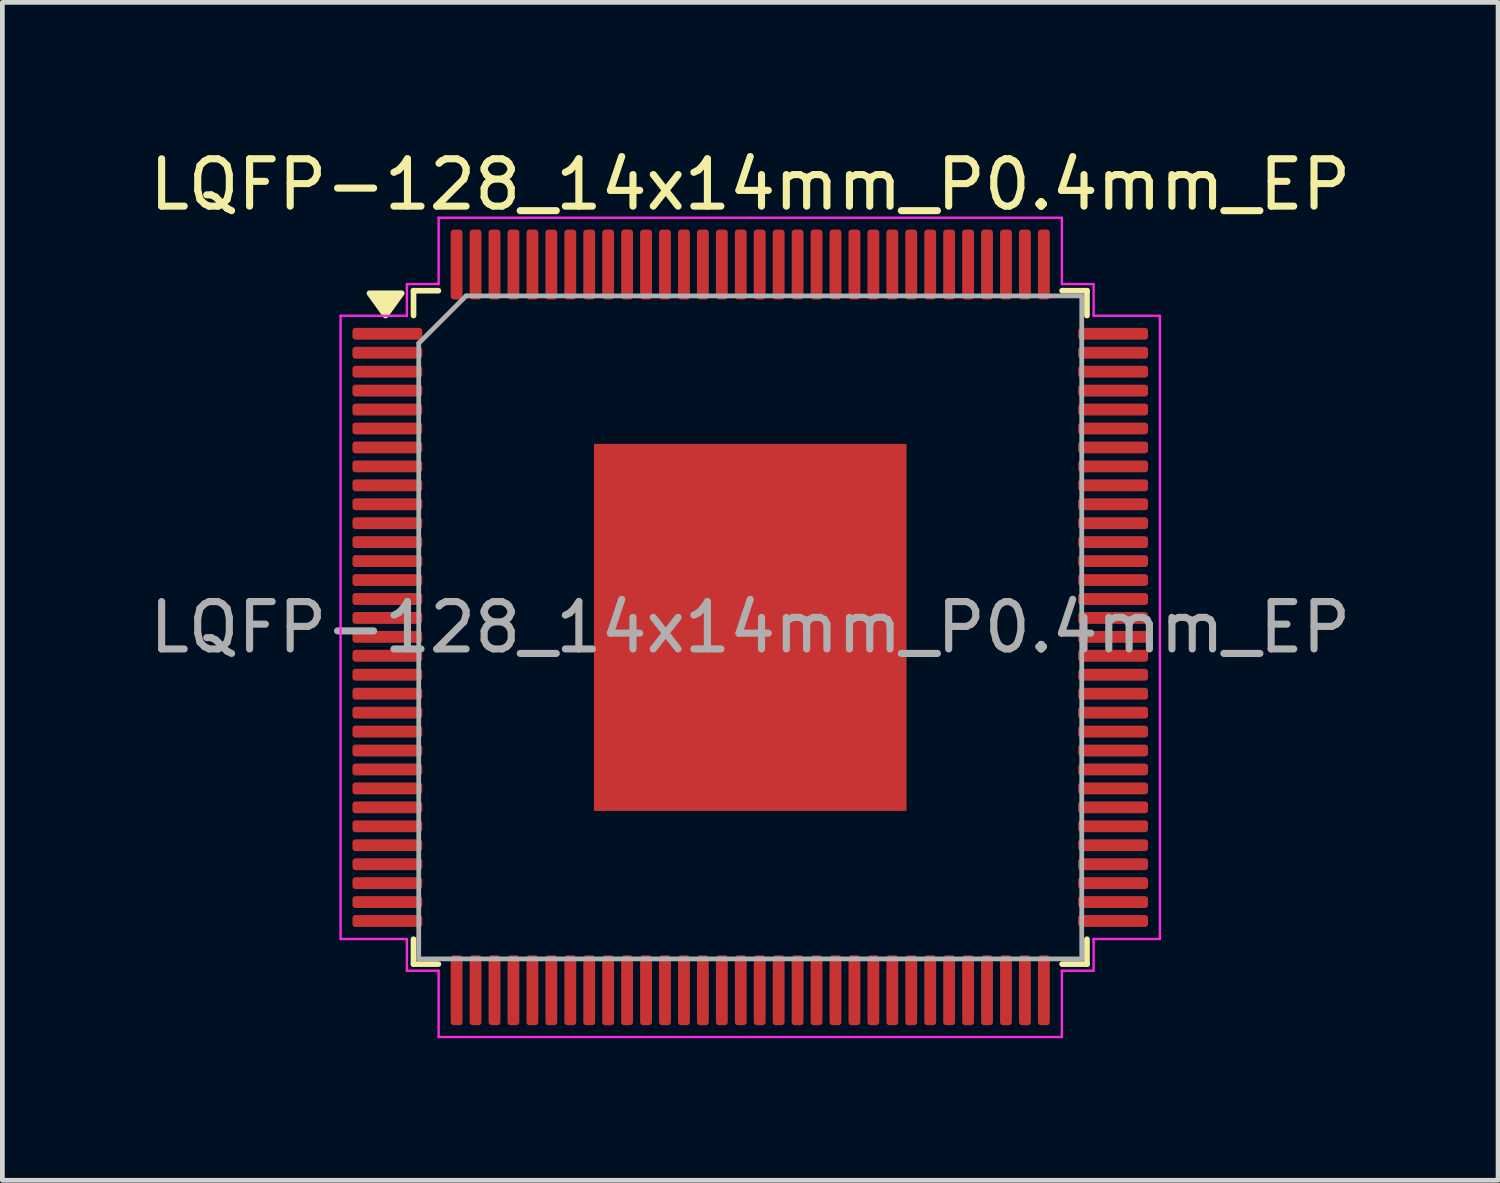
<source format=kicad_pcb>
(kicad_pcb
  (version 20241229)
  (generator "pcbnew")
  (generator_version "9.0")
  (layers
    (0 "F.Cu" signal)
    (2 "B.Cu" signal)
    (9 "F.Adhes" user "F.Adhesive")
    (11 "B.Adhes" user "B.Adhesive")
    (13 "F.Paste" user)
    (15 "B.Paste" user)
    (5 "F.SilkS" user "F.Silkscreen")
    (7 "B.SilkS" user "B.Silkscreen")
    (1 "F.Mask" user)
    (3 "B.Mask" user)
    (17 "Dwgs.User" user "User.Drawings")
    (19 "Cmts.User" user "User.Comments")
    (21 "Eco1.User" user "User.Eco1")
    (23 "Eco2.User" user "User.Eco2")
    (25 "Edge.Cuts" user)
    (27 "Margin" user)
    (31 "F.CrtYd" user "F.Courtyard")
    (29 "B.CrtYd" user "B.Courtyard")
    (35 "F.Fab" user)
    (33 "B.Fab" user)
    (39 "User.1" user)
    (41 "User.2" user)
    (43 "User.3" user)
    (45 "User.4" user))
  (footprint "LQFP-128_14x14mm_P0.4mm_EP"
    (layer "F.Cu")
    (at 12.792 10.198)
    (property "Reference" "LQFP-128_14x14mm_P0.4mm_EP" (at 0 -9.35 0) (layer "F.SilkS") (effects (font (size 1 1) (thickness 0.15))))
    (attr smd)
    (fp_line (start -7.11 -7.11) (end -7.11 -6.585) (stroke (width 0.12) (type solid)) (layer "F.SilkS"))
    (fp_line (start -7.11 7.11) (end -7.11 6.585) (stroke (width 0.12) (type solid)) (layer "F.SilkS"))
    (fp_line (start -6.585 -7.11) (end -7.11 -7.11) (stroke (width 0.12) (type solid)) (layer "F.SilkS"))
    (fp_line (start -6.585 7.11) (end -7.11 7.11) (stroke (width 0.12) (type solid)) (layer "F.SilkS"))
    (fp_line (start 6.585 -7.11) (end 7.11 -7.11) (stroke (width 0.12) (type solid)) (layer "F.SilkS"))
    (fp_line (start 6.585 7.11) (end 7.11 7.11) (stroke (width 0.12) (type solid)) (layer "F.SilkS"))
    (fp_line (start 7.11 -7.11) (end 7.11 -6.585) (stroke (width 0.12) (type solid)) (layer "F.SilkS"))
    (fp_line (start 7.11 7.11) (end 7.11 6.585) (stroke (width 0.12) (type solid)) (layer "F.SilkS"))
    (fp_poly (pts (xy -7.7 -6.585) (xy -8.04 -7.055) (xy -7.36 -7.055) (xy -7.7 -6.585)) (stroke (width 0.12) (type solid)) (fill yes) (layer "F.SilkS"))
    (fp_line (start -8.65 -6.58) (end -8.65 0) (stroke (width 0.05) (type solid)) (layer "F.CrtYd"))
    (fp_line (start -8.65 6.58) (end -8.65 0) (stroke (width 0.05) (type solid)) (layer "F.CrtYd"))
    (fp_line (start -7.25 -7.25) (end -7.25 -6.58) (stroke (width 0.05) (type solid)) (layer "F.CrtYd"))
    (fp_line (start -7.25 -6.58) (end -8.65 -6.58) (stroke (width 0.05) (type solid)) (layer "F.CrtYd"))
    (fp_line (start -7.25 6.58) (end -8.65 6.58) (stroke (width 0.05) (type solid)) (layer "F.CrtYd"))
    (fp_line (start -7.25 7.25) (end -7.25 6.58) (stroke (width 0.05) (type solid)) (layer "F.CrtYd"))
    (fp_line (start -6.58 -8.65) (end -6.58 -7.25) (stroke (width 0.05) (type solid)) (layer "F.CrtYd"))
    (fp_line (start -6.58 -7.25) (end -7.25 -7.25) (stroke (width 0.05) (type solid)) (layer "F.CrtYd"))
    (fp_line (start -6.58 7.25) (end -7.25 7.25) (stroke (width 0.05) (type solid)) (layer "F.CrtYd"))
    (fp_line (start -6.58 8.65) (end -6.58 7.25) (stroke (width 0.05) (type solid)) (layer "F.CrtYd"))
    (fp_line (start 0 -8.65) (end -6.58 -8.65) (stroke (width 0.05) (type solid)) (layer "F.CrtYd"))
    (fp_line (start 0 -8.65) (end 6.58 -8.65) (stroke (width 0.05) (type solid)) (layer "F.CrtYd"))
    (fp_line (start 0 8.65) (end -6.58 8.65) (stroke (width 0.05) (type solid)) (layer "F.CrtYd"))
    (fp_line (start 0 8.65) (end 6.58 8.65) (stroke (width 0.05) (type solid)) (layer "F.CrtYd"))
    (fp_line (start 6.58 -8.65) (end 6.58 -7.25) (stroke (width 0.05) (type solid)) (layer "F.CrtYd"))
    (fp_line (start 6.58 -7.25) (end 7.25 -7.25) (stroke (width 0.05) (type solid)) (layer "F.CrtYd"))
    (fp_line (start 6.58 7.25) (end 7.25 7.25) (stroke (width 0.05) (type solid)) (layer "F.CrtYd"))
    (fp_line (start 6.58 8.65) (end 6.58 7.25) (stroke (width 0.05) (type solid)) (layer "F.CrtYd"))
    (fp_line (start 7.25 -7.25) (end 7.25 -6.58) (stroke (width 0.05) (type solid)) (layer "F.CrtYd"))
    (fp_line (start 7.25 -6.58) (end 8.65 -6.58) (stroke (width 0.05) (type solid)) (layer "F.CrtYd"))
    (fp_line (start 7.25 6.58) (end 8.65 6.58) (stroke (width 0.05) (type solid)) (layer "F.CrtYd"))
    (fp_line (start 7.25 7.25) (end 7.25 6.58) (stroke (width 0.05) (type solid)) (layer "F.CrtYd"))
    (fp_line (start 8.65 -6.58) (end 8.65 0) (stroke (width 0.05) (type solid)) (layer "F.CrtYd"))
    (fp_line (start 8.65 6.58) (end 8.65 0) (stroke (width 0.05) (type solid)) (layer "F.CrtYd"))
    (fp_line (start -7 -6) (end -6 -7) (stroke (width 0.1) (type solid)) (layer "F.Fab"))
    (fp_line (start -7 7) (end -7 -6) (stroke (width 0.1) (type solid)) (layer "F.Fab"))
    (fp_line (start -6 -7) (end 7 -7) (stroke (width 0.1) (type solid)) (layer "F.Fab"))
    (fp_line (start 7 -7) (end 7 7) (stroke (width 0.1) (type solid)) (layer "F.Fab"))
    (fp_line (start 7 7) (end -7 7) (stroke (width 0.1) (type solid)) (layer "F.Fab"))
    (fp_text user "${REFERENCE}" (at 0 0 0) (layer "F.Fab") (effects (font (size 1 1) (thickness 0.15))))
    (pad "1" smd roundrect (at -7.662 -6.2) (size 1.475 0.25) (layers "F.Cu" "F.Mask" "F.Paste") (roundrect_rratio 0.25))
    (pad "2" smd roundrect (at -7.662 -5.8) (size 1.475 0.25) (layers "F.Cu" "F.Mask" "F.Paste") (roundrect_rratio 0.25))
    (pad "3" smd roundrect (at -7.662 -5.4) (size 1.475 0.25) (layers "F.Cu" "F.Mask" "F.Paste") (roundrect_rratio 0.25))
    (pad "4" smd roundrect (at -7.662 -5) (size 1.475 0.25) (layers "F.Cu" "F.Mask" "F.Paste") (roundrect_rratio 0.25))
    (pad "5" smd roundrect (at -7.662 -4.6) (size 1.475 0.25) (layers "F.Cu" "F.Mask" "F.Paste") (roundrect_rratio 0.25))
    (pad "6" smd roundrect (at -7.662 -4.2) (size 1.475 0.25) (layers "F.Cu" "F.Mask" "F.Paste") (roundrect_rratio 0.25))
    (pad "7" smd roundrect (at -7.662 -3.8) (size 1.475 0.25) (layers "F.Cu" "F.Mask" "F.Paste") (roundrect_rratio 0.25))
    (pad "8" smd roundrect (at -7.662 -3.4) (size 1.475 0.25) (layers "F.Cu" "F.Mask" "F.Paste") (roundrect_rratio 0.25))
    (pad "9" smd roundrect (at -7.662 -3) (size 1.475 0.25) (layers "F.Cu" "F.Mask" "F.Paste") (roundrect_rratio 0.25))
    (pad "10" smd roundrect (at -7.662 -2.6) (size 1.475 0.25) (layers "F.Cu" "F.Mask" "F.Paste") (roundrect_rratio 0.25))
    (pad "11" smd roundrect (at -7.662 -2.2) (size 1.475 0.25) (layers "F.Cu" "F.Mask" "F.Paste") (roundrect_rratio 0.25))
    (pad "12" smd roundrect (at -7.662 -1.8) (size 1.475 0.25) (layers "F.Cu" "F.Mask" "F.Paste") (roundrect_rratio 0.25))
    (pad "13" smd roundrect (at -7.662 -1.4) (size 1.475 0.25) (layers "F.Cu" "F.Mask" "F.Paste") (roundrect_rratio 0.25))
    (pad "14" smd roundrect (at -7.662 -1) (size 1.475 0.25) (layers "F.Cu" "F.Mask" "F.Paste") (roundrect_rratio 0.25))
    (pad "15" smd roundrect (at -7.662 -0.6) (size 1.475 0.25) (layers "F.Cu" "F.Mask" "F.Paste") (roundrect_rratio 0.25))
    (pad "16" smd roundrect (at -7.662 -0.2) (size 1.475 0.25) (layers "F.Cu" "F.Mask" "F.Paste") (roundrect_rratio 0.25))
    (pad "17" smd roundrect (at -7.662 0.2) (size 1.475 0.25) (layers "F.Cu" "F.Mask" "F.Paste") (roundrect_rratio 0.25))
    (pad "18" smd roundrect (at -7.662 0.6) (size 1.475 0.25) (layers "F.Cu" "F.Mask" "F.Paste") (roundrect_rratio 0.25))
    (pad "19" smd roundrect (at -7.662 1) (size 1.475 0.25) (layers "F.Cu" "F.Mask" "F.Paste") (roundrect_rratio 0.25))
    (pad "20" smd roundrect (at -7.662 1.4) (size 1.475 0.25) (layers "F.Cu" "F.Mask" "F.Paste") (roundrect_rratio 0.25))
    (pad "21" smd roundrect (at -7.662 1.8) (size 1.475 0.25) (layers "F.Cu" "F.Mask" "F.Paste") (roundrect_rratio 0.25))
    (pad "22" smd roundrect (at -7.662 2.2) (size 1.475 0.25) (layers "F.Cu" "F.Mask" "F.Paste") (roundrect_rratio 0.25))
    (pad "23" smd roundrect (at -7.662 2.6) (size 1.475 0.25) (layers "F.Cu" "F.Mask" "F.Paste") (roundrect_rratio 0.25))
    (pad "24" smd roundrect (at -7.662 3) (size 1.475 0.25) (layers "F.Cu" "F.Mask" "F.Paste") (roundrect_rratio 0.25))
    (pad "25" smd roundrect (at -7.662 3.4) (size 1.475 0.25) (layers "F.Cu" "F.Mask" "F.Paste") (roundrect_rratio 0.25))
    (pad "26" smd roundrect (at -7.662 3.8) (size 1.475 0.25) (layers "F.Cu" "F.Mask" "F.Paste") (roundrect_rratio 0.25))
    (pad "27" smd roundrect (at -7.662 4.2) (size 1.475 0.25) (layers "F.Cu" "F.Mask" "F.Paste") (roundrect_rratio 0.25))
    (pad "28" smd roundrect (at -7.662 4.6) (size 1.475 0.25) (layers "F.Cu" "F.Mask" "F.Paste") (roundrect_rratio 0.25))
    (pad "29" smd roundrect (at -7.662 5) (size 1.475 0.25) (layers "F.Cu" "F.Mask" "F.Paste") (roundrect_rratio 0.25))
    (pad "30" smd roundrect (at -7.662 5.4) (size 1.475 0.25) (layers "F.Cu" "F.Mask" "F.Paste") (roundrect_rratio 0.25))
    (pad "31" smd roundrect (at -7.662 5.8) (size 1.475 0.25) (layers "F.Cu" "F.Mask" "F.Paste") (roundrect_rratio 0.25))
    (pad "32" smd roundrect (at -7.662 6.2) (size 1.475 0.25) (layers "F.Cu" "F.Mask" "F.Paste") (roundrect_rratio 0.25))
    (pad "33" smd roundrect (at -6.2 7.662) (size 0.25 1.475) (layers "F.Cu" "F.Mask" "F.Paste") (roundrect_rratio 0.25))
    (pad "34" smd roundrect (at -5.8 7.662) (size 0.25 1.475) (layers "F.Cu" "F.Mask" "F.Paste") (roundrect_rratio 0.25))
    (pad "35" smd roundrect (at -5.4 7.662) (size 0.25 1.475) (layers "F.Cu" "F.Mask" "F.Paste") (roundrect_rratio 0.25))
    (pad "36" smd roundrect (at -5 7.662) (size 0.25 1.475) (layers "F.Cu" "F.Mask" "F.Paste") (roundrect_rratio 0.25))
    (pad "37" smd roundrect (at -4.6 7.662) (size 0.25 1.475) (layers "F.Cu" "F.Mask" "F.Paste") (roundrect_rratio 0.25))
    (pad "38" smd roundrect (at -4.2 7.662) (size 0.25 1.475) (layers "F.Cu" "F.Mask" "F.Paste") (roundrect_rratio 0.25))
    (pad "39" smd roundrect (at -3.8 7.662) (size 0.25 1.475) (layers "F.Cu" "F.Mask" "F.Paste") (roundrect_rratio 0.25))
    (pad "40" smd roundrect (at -3.4 7.662) (size 0.25 1.475) (layers "F.Cu" "F.Mask" "F.Paste") (roundrect_rratio 0.25))
    (pad "41" smd roundrect (at -3 7.662) (size 0.25 1.475) (layers "F.Cu" "F.Mask" "F.Paste") (roundrect_rratio 0.25))
    (pad "42" smd roundrect (at -2.6 7.662) (size 0.25 1.475) (layers "F.Cu" "F.Mask" "F.Paste") (roundrect_rratio 0.25))
    (pad "43" smd roundrect (at -2.2 7.662) (size 0.25 1.475) (layers "F.Cu" "F.Mask" "F.Paste") (roundrect_rratio 0.25))
    (pad "44" smd roundrect (at -1.8 7.662) (size 0.25 1.475) (layers "F.Cu" "F.Mask" "F.Paste") (roundrect_rratio 0.25))
    (pad "45" smd roundrect (at -1.4 7.662) (size 0.25 1.475) (layers "F.Cu" "F.Mask" "F.Paste") (roundrect_rratio 0.25))
    (pad "46" smd roundrect (at -1 7.662) (size 0.25 1.475) (layers "F.Cu" "F.Mask" "F.Paste") (roundrect_rratio 0.25))
    (pad "47" smd roundrect (at -0.6 7.662) (size 0.25 1.475) (layers "F.Cu" "F.Mask" "F.Paste") (roundrect_rratio 0.25))
    (pad "48" smd roundrect (at -0.2 7.662) (size 0.25 1.475) (layers "F.Cu" "F.Mask" "F.Paste") (roundrect_rratio 0.25))
    (pad "49" smd roundrect (at 0.2 7.662) (size 0.25 1.475) (layers "F.Cu" "F.Mask" "F.Paste") (roundrect_rratio 0.25))
    (pad "50" smd roundrect (at 0.6 7.662) (size 0.25 1.475) (layers "F.Cu" "F.Mask" "F.Paste") (roundrect_rratio 0.25))
    (pad "51" smd roundrect (at 1 7.662) (size 0.25 1.475) (layers "F.Cu" "F.Mask" "F.Paste") (roundrect_rratio 0.25))
    (pad "52" smd roundrect (at 1.4 7.662) (size 0.25 1.475) (layers "F.Cu" "F.Mask" "F.Paste") (roundrect_rratio 0.25))
    (pad "53" smd roundrect (at 1.8 7.662) (size 0.25 1.475) (layers "F.Cu" "F.Mask" "F.Paste") (roundrect_rratio 0.25))
    (pad "54" smd roundrect (at 2.2 7.662) (size 0.25 1.475) (layers "F.Cu" "F.Mask" "F.Paste") (roundrect_rratio 0.25))
    (pad "55" smd roundrect (at 2.6 7.662) (size 0.25 1.475) (layers "F.Cu" "F.Mask" "F.Paste") (roundrect_rratio 0.25))
    (pad "56" smd roundrect (at 3 7.662) (size 0.25 1.475) (layers "F.Cu" "F.Mask" "F.Paste") (roundrect_rratio 0.25))
    (pad "57" smd roundrect (at 3.4 7.662) (size 0.25 1.475) (layers "F.Cu" "F.Mask" "F.Paste") (roundrect_rratio 0.25))
    (pad "58" smd roundrect (at 3.8 7.662) (size 0.25 1.475) (layers "F.Cu" "F.Mask" "F.Paste") (roundrect_rratio 0.25))
    (pad "59" smd roundrect (at 4.2 7.662) (size 0.25 1.475) (layers "F.Cu" "F.Mask" "F.Paste") (roundrect_rratio 0.25))
    (pad "60" smd roundrect (at 4.6 7.662) (size 0.25 1.475) (layers "F.Cu" "F.Mask" "F.Paste") (roundrect_rratio 0.25))
    (pad "61" smd roundrect (at 5 7.662) (size 0.25 1.475) (layers "F.Cu" "F.Mask" "F.Paste") (roundrect_rratio 0.25))
    (pad "62" smd roundrect (at 5.4 7.662) (size 0.25 1.475) (layers "F.Cu" "F.Mask" "F.Paste") (roundrect_rratio 0.25))
    (pad "63" smd roundrect (at 5.8 7.662) (size 0.25 1.475) (layers "F.Cu" "F.Mask" "F.Paste") (roundrect_rratio 0.25))
    (pad "64" smd roundrect (at 6.2 7.662) (size 0.25 1.475) (layers "F.Cu" "F.Mask" "F.Paste") (roundrect_rratio 0.25))
    (pad "65" smd roundrect (at 7.662 6.2) (size 1.475 0.25) (layers "F.Cu" "F.Mask" "F.Paste") (roundrect_rratio 0.25))
    (pad "66" smd roundrect (at 7.662 5.8) (size 1.475 0.25) (layers "F.Cu" "F.Mask" "F.Paste") (roundrect_rratio 0.25))
    (pad "67" smd roundrect (at 7.662 5.4) (size 1.475 0.25) (layers "F.Cu" "F.Mask" "F.Paste") (roundrect_rratio 0.25))
    (pad "68" smd roundrect (at 7.662 5) (size 1.475 0.25) (layers "F.Cu" "F.Mask" "F.Paste") (roundrect_rratio 0.25))
    (pad "69" smd roundrect (at 7.662 4.6) (size 1.475 0.25) (layers "F.Cu" "F.Mask" "F.Paste") (roundrect_rratio 0.25))
    (pad "70" smd roundrect (at 7.662 4.2) (size 1.475 0.25) (layers "F.Cu" "F.Mask" "F.Paste") (roundrect_rratio 0.25))
    (pad "71" smd roundrect (at 7.662 3.8) (size 1.475 0.25) (layers "F.Cu" "F.Mask" "F.Paste") (roundrect_rratio 0.25))
    (pad "72" smd roundrect (at 7.662 3.4) (size 1.475 0.25) (layers "F.Cu" "F.Mask" "F.Paste") (roundrect_rratio 0.25))
    (pad "73" smd roundrect (at 7.662 3) (size 1.475 0.25) (layers "F.Cu" "F.Mask" "F.Paste") (roundrect_rratio 0.25))
    (pad "74" smd roundrect (at 7.662 2.6) (size 1.475 0.25) (layers "F.Cu" "F.Mask" "F.Paste") (roundrect_rratio 0.25))
    (pad "75" smd roundrect (at 7.662 2.2) (size 1.475 0.25) (layers "F.Cu" "F.Mask" "F.Paste") (roundrect_rratio 0.25))
    (pad "76" smd roundrect (at 7.662 1.8) (size 1.475 0.25) (layers "F.Cu" "F.Mask" "F.Paste") (roundrect_rratio 0.25))
    (pad "77" smd roundrect (at 7.662 1.4) (size 1.475 0.25) (layers "F.Cu" "F.Mask" "F.Paste") (roundrect_rratio 0.25))
    (pad "78" smd roundrect (at 7.662 1) (size 1.475 0.25) (layers "F.Cu" "F.Mask" "F.Paste") (roundrect_rratio 0.25))
    (pad "79" smd roundrect (at 7.662 0.6) (size 1.475 0.25) (layers "F.Cu" "F.Mask" "F.Paste") (roundrect_rratio 0.25))
    (pad "80" smd roundrect (at 7.662 0.2) (size 1.475 0.25) (layers "F.Cu" "F.Mask" "F.Paste") (roundrect_rratio 0.25))
    (pad "81" smd roundrect (at 7.662 -0.2) (size 1.475 0.25) (layers "F.Cu" "F.Mask" "F.Paste") (roundrect_rratio 0.25))
    (pad "82" smd roundrect (at 7.662 -0.6) (size 1.475 0.25) (layers "F.Cu" "F.Mask" "F.Paste") (roundrect_rratio 0.25))
    (pad "83" smd roundrect (at 7.662 -1) (size 1.475 0.25) (layers "F.Cu" "F.Mask" "F.Paste") (roundrect_rratio 0.25))
    (pad "84" smd roundrect (at 7.662 -1.4) (size 1.475 0.25) (layers "F.Cu" "F.Mask" "F.Paste") (roundrect_rratio 0.25))
    (pad "85" smd roundrect (at 7.662 -1.8) (size 1.475 0.25) (layers "F.Cu" "F.Mask" "F.Paste") (roundrect_rratio 0.25))
    (pad "86" smd roundrect (at 7.662 -2.2) (size 1.475 0.25) (layers "F.Cu" "F.Mask" "F.Paste") (roundrect_rratio 0.25))
    (pad "87" smd roundrect (at 7.662 -2.6) (size 1.475 0.25) (layers "F.Cu" "F.Mask" "F.Paste") (roundrect_rratio 0.25))
    (pad "88" smd roundrect (at 7.662 -3) (size 1.475 0.25) (layers "F.Cu" "F.Mask" "F.Paste") (roundrect_rratio 0.25))
    (pad "89" smd roundrect (at 7.662 -3.4) (size 1.475 0.25) (layers "F.Cu" "F.Mask" "F.Paste") (roundrect_rratio 0.25))
    (pad "90" smd roundrect (at 7.662 -3.8) (size 1.475 0.25) (layers "F.Cu" "F.Mask" "F.Paste") (roundrect_rratio 0.25))
    (pad "91" smd roundrect (at 7.662 -4.2) (size 1.475 0.25) (layers "F.Cu" "F.Mask" "F.Paste") (roundrect_rratio 0.25))
    (pad "92" smd roundrect (at 7.662 -4.6) (size 1.475 0.25) (layers "F.Cu" "F.Mask" "F.Paste") (roundrect_rratio 0.25))
    (pad "93" smd roundrect (at 7.662 -5) (size 1.475 0.25) (layers "F.Cu" "F.Mask" "F.Paste") (roundrect_rratio 0.25))
    (pad "94" smd roundrect (at 7.662 -5.4) (size 1.475 0.25) (layers "F.Cu" "F.Mask" "F.Paste") (roundrect_rratio 0.25))
    (pad "95" smd roundrect (at 7.662 -5.8) (size 1.475 0.25) (layers "F.Cu" "F.Mask" "F.Paste") (roundrect_rratio 0.25))
    (pad "96" smd roundrect (at 7.662 -6.2) (size 1.475 0.25) (layers "F.Cu" "F.Mask" "F.Paste") (roundrect_rratio 0.25))
    (pad "97" smd roundrect (at 6.2 -7.662) (size 0.25 1.475) (layers "F.Cu" "F.Mask" "F.Paste") (roundrect_rratio 0.25))
    (pad "98" smd roundrect (at 5.8 -7.662) (size 0.25 1.475) (layers "F.Cu" "F.Mask" "F.Paste") (roundrect_rratio 0.25))
    (pad "99" smd roundrect (at 5.4 -7.662) (size 0.25 1.475) (layers "F.Cu" "F.Mask" "F.Paste") (roundrect_rratio 0.25))
    (pad "100" smd roundrect (at 5 -7.662) (size 0.25 1.475) (layers "F.Cu" "F.Mask" "F.Paste") (roundrect_rratio 0.25))
    (pad "101" smd roundrect (at 4.6 -7.662) (size 0.25 1.475) (layers "F.Cu" "F.Mask" "F.Paste") (roundrect_rratio 0.25))
    (pad "102" smd roundrect (at 4.2 -7.662) (size 0.25 1.475) (layers "F.Cu" "F.Mask" "F.Paste") (roundrect_rratio 0.25))
    (pad "103" smd roundrect (at 3.8 -7.662) (size 0.25 1.475) (layers "F.Cu" "F.Mask" "F.Paste") (roundrect_rratio 0.25))
    (pad "104" smd roundrect (at 3.4 -7.662) (size 0.25 1.475) (layers "F.Cu" "F.Mask" "F.Paste") (roundrect_rratio 0.25))
    (pad "105" smd roundrect (at 3 -7.662) (size 0.25 1.475) (layers "F.Cu" "F.Mask" "F.Paste") (roundrect_rratio 0.25))
    (pad "106" smd roundrect (at 2.6 -7.662) (size 0.25 1.475) (layers "F.Cu" "F.Mask" "F.Paste") (roundrect_rratio 0.25))
    (pad "107" smd roundrect (at 2.2 -7.662) (size 0.25 1.475) (layers "F.Cu" "F.Mask" "F.Paste") (roundrect_rratio 0.25))
    (pad "108" smd roundrect (at 1.8 -7.662) (size 0.25 1.475) (layers "F.Cu" "F.Mask" "F.Paste") (roundrect_rratio 0.25))
    (pad "109" smd roundrect (at 1.4 -7.662) (size 0.25 1.475) (layers "F.Cu" "F.Mask" "F.Paste") (roundrect_rratio 0.25))
    (pad "110" smd roundrect (at 1 -7.662) (size 0.25 1.475) (layers "F.Cu" "F.Mask" "F.Paste") (roundrect_rratio 0.25))
    (pad "111" smd roundrect (at 0.6 -7.662) (size 0.25 1.475) (layers "F.Cu" "F.Mask" "F.Paste") (roundrect_rratio 0.25))
    (pad "112" smd roundrect (at 0.2 -7.662) (size 0.25 1.475) (layers "F.Cu" "F.Mask" "F.Paste") (roundrect_rratio 0.25))
    (pad "113" smd roundrect (at -0.2 -7.662) (size 0.25 1.475) (layers "F.Cu" "F.Mask" "F.Paste") (roundrect_rratio 0.25))
    (pad "114" smd roundrect (at -0.6 -7.662) (size 0.25 1.475) (layers "F.Cu" "F.Mask" "F.Paste") (roundrect_rratio 0.25))
    (pad "115" smd roundrect (at -1 -7.662) (size 0.25 1.475) (layers "F.Cu" "F.Mask" "F.Paste") (roundrect_rratio 0.25))
    (pad "116" smd roundrect (at -1.4 -7.662) (size 0.25 1.475) (layers "F.Cu" "F.Mask" "F.Paste") (roundrect_rratio 0.25))
    (pad "117" smd roundrect (at -1.8 -7.662) (size 0.25 1.475) (layers "F.Cu" "F.Mask" "F.Paste") (roundrect_rratio 0.25))
    (pad "118" smd roundrect (at -2.2 -7.662) (size 0.25 1.475) (layers "F.Cu" "F.Mask" "F.Paste") (roundrect_rratio 0.25))
    (pad "119" smd roundrect (at -2.6 -7.662) (size 0.25 1.475) (layers "F.Cu" "F.Mask" "F.Paste") (roundrect_rratio 0.25))
    (pad "120" smd roundrect (at -3 -7.662) (size 0.25 1.475) (layers "F.Cu" "F.Mask" "F.Paste") (roundrect_rratio 0.25))
    (pad "121" smd roundrect (at -3.4 -7.662) (size 0.25 1.475) (layers "F.Cu" "F.Mask" "F.Paste") (roundrect_rratio 0.25))
    (pad "122" smd roundrect (at -3.8 -7.662) (size 0.25 1.475) (layers "F.Cu" "F.Mask" "F.Paste") (roundrect_rratio 0.25))
    (pad "123" smd roundrect (at -4.2 -7.662) (size 0.25 1.475) (layers "F.Cu" "F.Mask" "F.Paste") (roundrect_rratio 0.25))
    (pad "124" smd roundrect (at -4.6 -7.662) (size 0.25 1.475) (layers "F.Cu" "F.Mask" "F.Paste") (roundrect_rratio 0.25))
    (pad "125" smd roundrect (at -5 -7.662) (size 0.25 1.475) (layers "F.Cu" "F.Mask" "F.Paste") (roundrect_rratio 0.25))
    (pad "126" smd roundrect (at -5.4 -7.662) (size 0.25 1.475) (layers "F.Cu" "F.Mask" "F.Paste") (roundrect_rratio 0.25))
    (pad "127" smd roundrect (at -5.8 -7.662) (size 0.25 1.475) (layers "F.Cu" "F.Mask" "F.Paste") (roundrect_rratio 0.25))
    (pad "128" smd roundrect (at -6.2 -7.662) (size 0.25 1.475) (layers "F.Cu" "F.Mask" "F.Paste") (roundrect_rratio 0.25))
    (pad "129" smd rect (at 0 0) (size 6.6 7.75) (layers "F.Cu" "F.Mask" "F.Paste")))
  (gr_rect
    (start -3 -3)
    (end 28.583 21.873)
    (stroke (width 0.1) (type default))
    (fill no)
    (layer "Edge.Cuts")))
</source>
